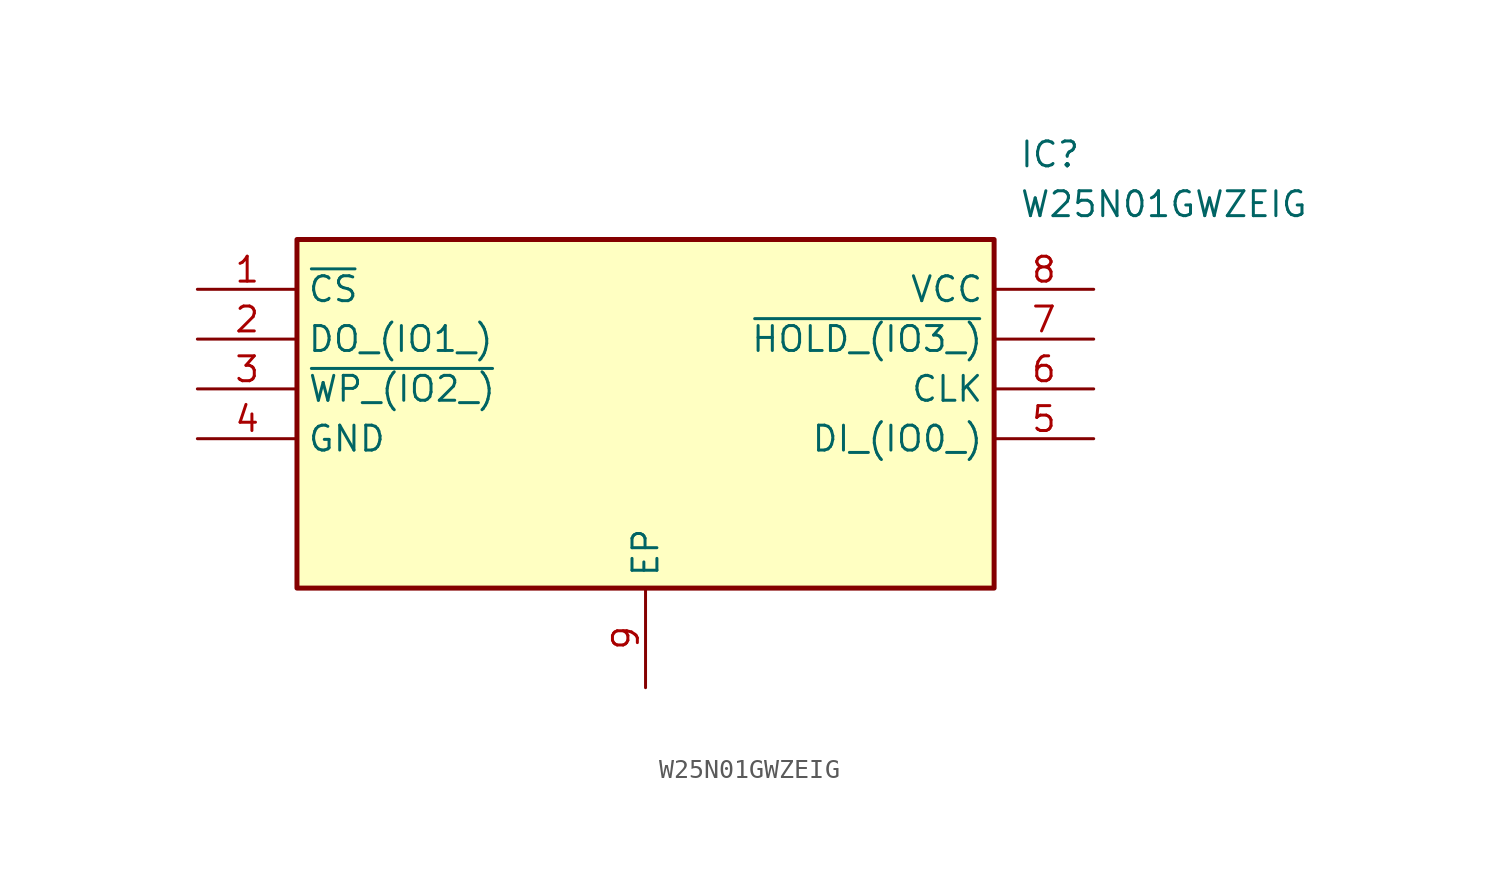
<source format=kicad_sym>
(kicad_symbol_lib
  (version 20211014)
  (generator SamacSys_ECAD_Model)
  (symbol "W25N01GWZEIG"
    (property "Reference" "IC"
      (at 41.91 7.62 0)
      (effects (font (size 1.27 1.27)) (justify left top)))
    (property "Value" "W25N01GWZEIG"
      (at 41.91 5.08 0)
      (effects (font (size 1.27 1.27)) (justify left top)))
    (rectangle
      (start 5.08 2.54)
      (end 40.64 -15.24)
      (stroke (width 0.254) (type default))
      (fill (type background)))
    (pin passive line
      (at 0 0 0)
      (length 5.08)
      (name "~{CS}" (effects (font (size 1.27 1.27))))
      (number "1" (effects (font (size 1.27 1.27)))))
    (pin passive line
      (at 0 -2.54 0)
      (length 5.08)
      (name "DO_(IO1_)" (effects (font (size 1.27 1.27))))
      (number "2" (effects (font (size 1.27 1.27)))))
    (pin passive line
      (at 0 -5.08 0)
      (length 5.08)
      (name "~{WP_(IO2_)}" (effects (font (size 1.27 1.27))))
      (number "3" (effects (font (size 1.27 1.27)))))
    (pin passive line
      (at 0 -7.62 0)
      (length 5.08)
      (name "GND" (effects (font (size 1.27 1.27))))
      (number "4" (effects (font (size 1.27 1.27)))))
    (pin passive line
      (at 22.86 -20.32 90)
      (length 5.08)
      (name "EP" (effects (font (size 1.27 1.27))))
      (number "9" (effects (font (size 1.27 1.27)))))
    (pin passive line
      (at 45.72 0 180)
      (length 5.08)
      (name "VCC" (effects (font (size 1.27 1.27))))
      (number "8" (effects (font (size 1.27 1.27)))))
    (pin passive line
      (at 45.72 -2.54 180)
      (length 5.08)
      (name "~{HOLD_(IO3_)}" (effects (font (size 1.27 1.27))))
      (number "7" (effects (font (size 1.27 1.27)))))
    (pin passive line
      (at 45.72 -5.08 180)
      (length 5.08)
      (name "CLK" (effects (font (size 1.27 1.27))))
      (number "6" (effects (font (size 1.27 1.27)))))
    (pin passive line
      (at 45.72 -7.62 180)
      (length 5.08)
      (name "DI_(IO0_)" (effects (font (size 1.27 1.27))))
      (number "5" (effects (font (size 1.27 1.27)))))))
</source>
